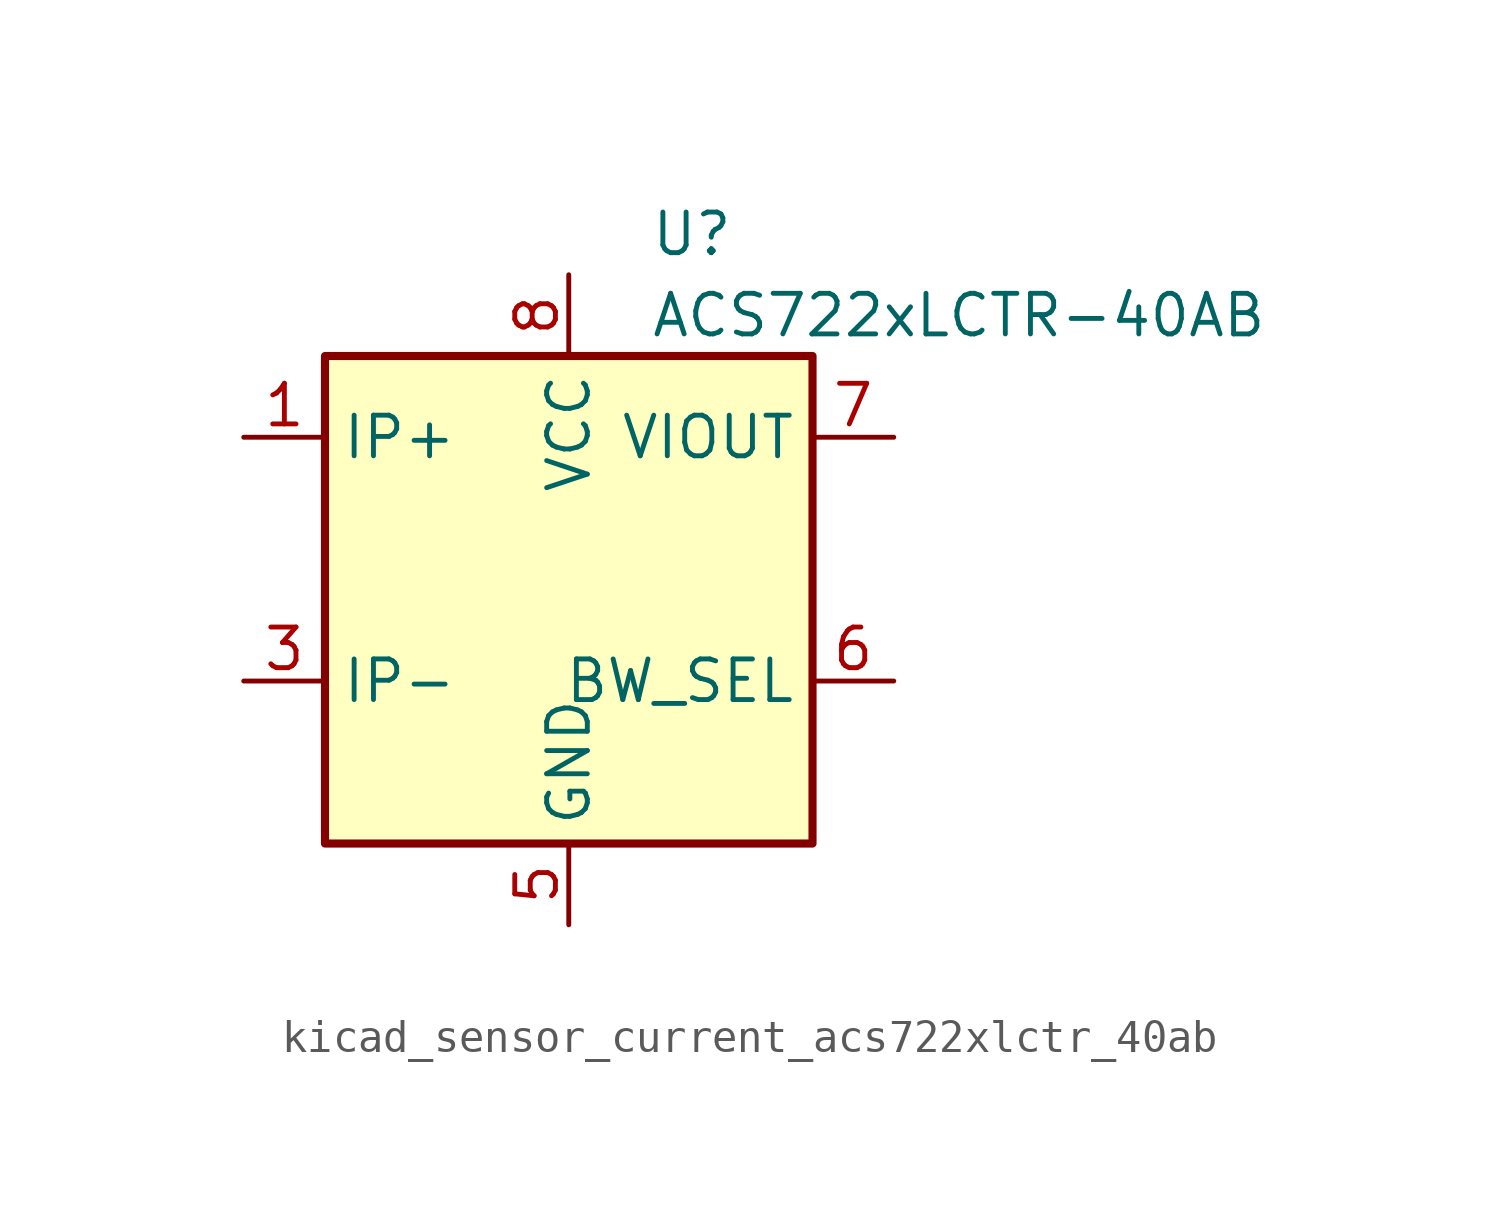
<source format=kicad_sym>
(kicad_symbol_lib
  (version 20220914)
  (generator kicad_symbol_editor)
  (symbol "kicad_sensor_current_acs722xlctr_40ab"
    (property "Reference" "U"
      (at 2.54 11.43 0)
      (effects (font (size 1.27 1.27)) (justify left)))
    (property "Value" "ACS722xLCTR-40AB"
      (at 2.54 8.89 0)
      (effects (font (size 1.27 1.27)) (justify left)))
    (symbol "kicad_sensor_current_acs722xlctr_40ab_0_1"
      (rectangle (start -7.62 7.62) (end 7.62 -7.62) (stroke (width 0.254) (type default)) (fill (type background))))
    (symbol "kicad_sensor_current_acs722xlctr_40ab_1_1"
      (pin passive line (at -10.16 5.08 0) (length 2.54) (name "IP+" (effects (font (size 1.27 1.27)))) (number "1" (effects (font (size 1.27 1.27)))))
      (pin passive line (at -10.16 5.08 0) (length 2.54) hide (name "IP+" (effects (font (size 1.27 1.27)))) (number "2" (effects (font (size 1.27 1.27)))))
      (pin passive line (at -10.16 -2.54 0) (length 2.54) (name "IP-" (effects (font (size 1.27 1.27)))) (number "3" (effects (font (size 1.27 1.27)))))
      (pin passive line (at -10.16 -2.54 0) (length 2.54) hide (name "IP-" (effects (font (size 1.27 1.27)))) (number "4" (effects (font (size 1.27 1.27)))))
      (pin power_in line (at 0 -10.16 90) (length 2.54) (name "GND" (effects (font (size 1.27 1.27)))) (number "5" (effects (font (size 1.27 1.27)))))
      (pin input line (at 10.16 -2.54 180) (length 2.54) (name "BW_SEL" (effects (font (size 1.27 1.27)))) (number "6" (effects (font (size 1.27 1.27)))))
      (pin output line (at 10.16 5.08 180) (length 2.54) (name "VIOUT" (effects (font (size 1.27 1.27)))) (number "7" (effects (font (size 1.27 1.27)))))
      (pin power_in line (at 0 10.16 270) (length 2.54) (name "VCC" (effects (font (size 1.27 1.27)))) (number "8" (effects (font (size 1.27 1.27))))))))
</source>
